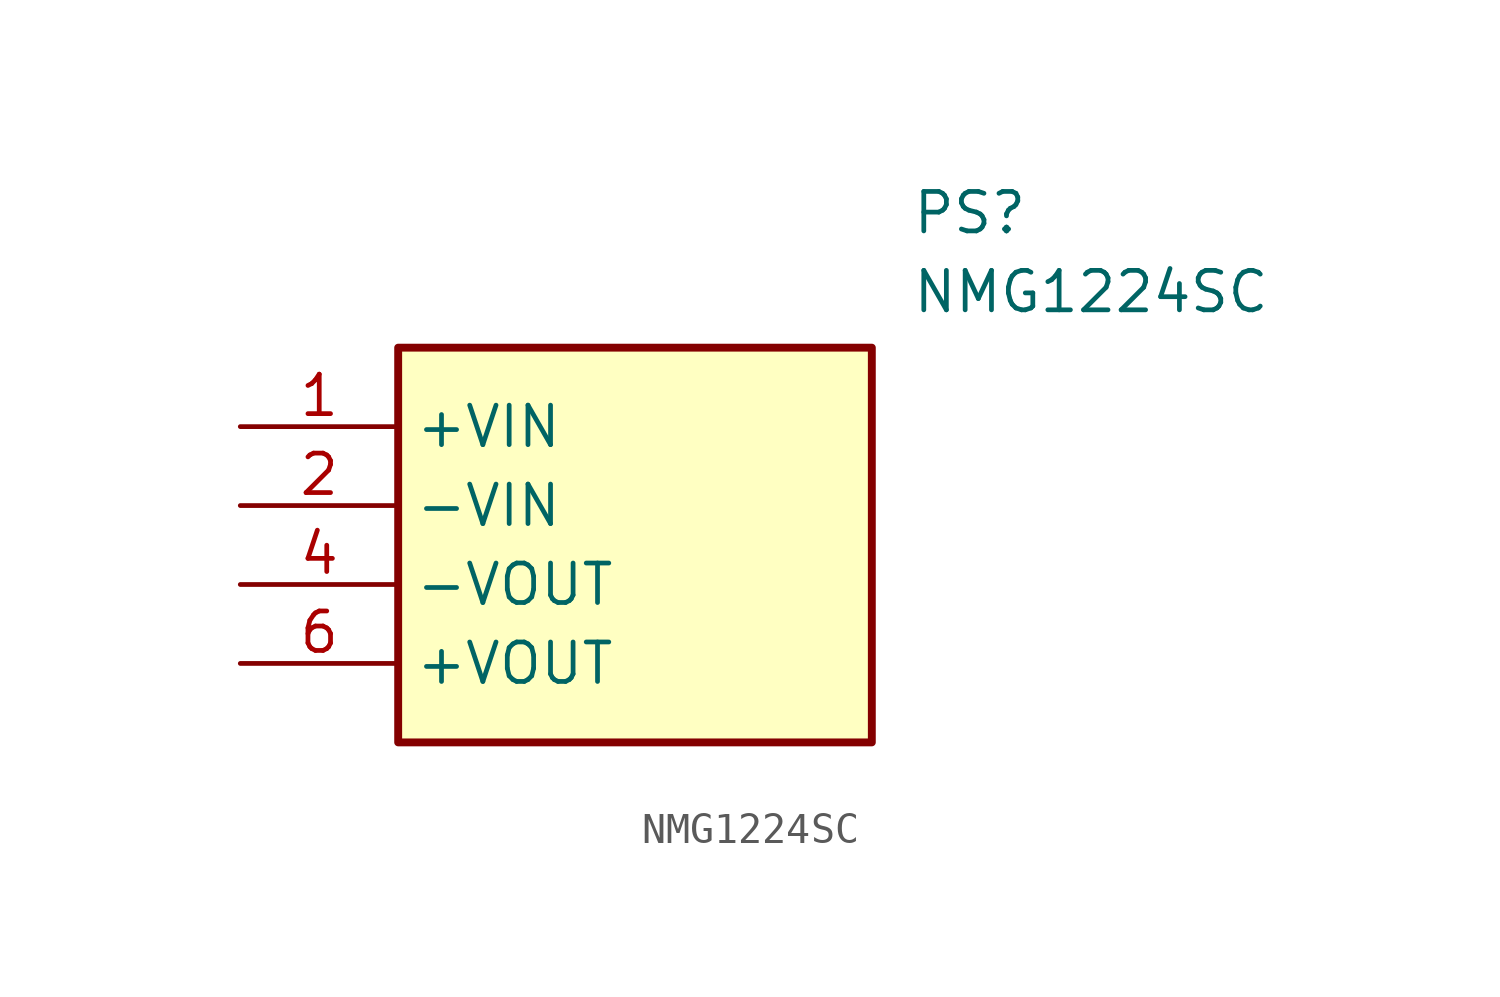
<source format=kicad_sym>
(kicad_symbol_lib
  (version 20231120)
  (generator "kicad_symbol_editor")
  (generator_version "8.0")
  (symbol "NMG1224SC"
    (property "Reference" "PS"
      (at 21.59 7.62 0)
      (effects (font (size 1.27 1.27)) (justify left top)))
    (property "Value" "NMG1224SC"
      (at 21.59 5.08 0)
      (effects (font (size 1.27 1.27)) (justify left top)))
    (symbol "NMG1224SC_1_1"
      (rectangle (start 5.08 2.54) (end 20.32 -10.16) (stroke (width 0.254) (type default)) (fill (type background)))
      (pin passive line (at 0 0 0) (length 5.08) (name "+VIN" (effects (font (size 1.27 1.27)))) (number "1" (effects (font (size 1.27 1.27)))))
      (pin passive line (at 0 -2.54 0) (length 5.08) (name "-VIN" (effects (font (size 1.27 1.27)))) (number "2" (effects (font (size 1.27 1.27)))))
      (pin passive line (at 0 -5.08 0) (length 5.08) (name "-VOUT" (effects (font (size 1.27 1.27)))) (number "4" (effects (font (size 1.27 1.27)))))
      (pin passive line (at 0 -7.62 0) (length 5.08) (name "+VOUT" (effects (font (size 1.27 1.27)))) (number "6" (effects (font (size 1.27 1.27))))))))
</source>
